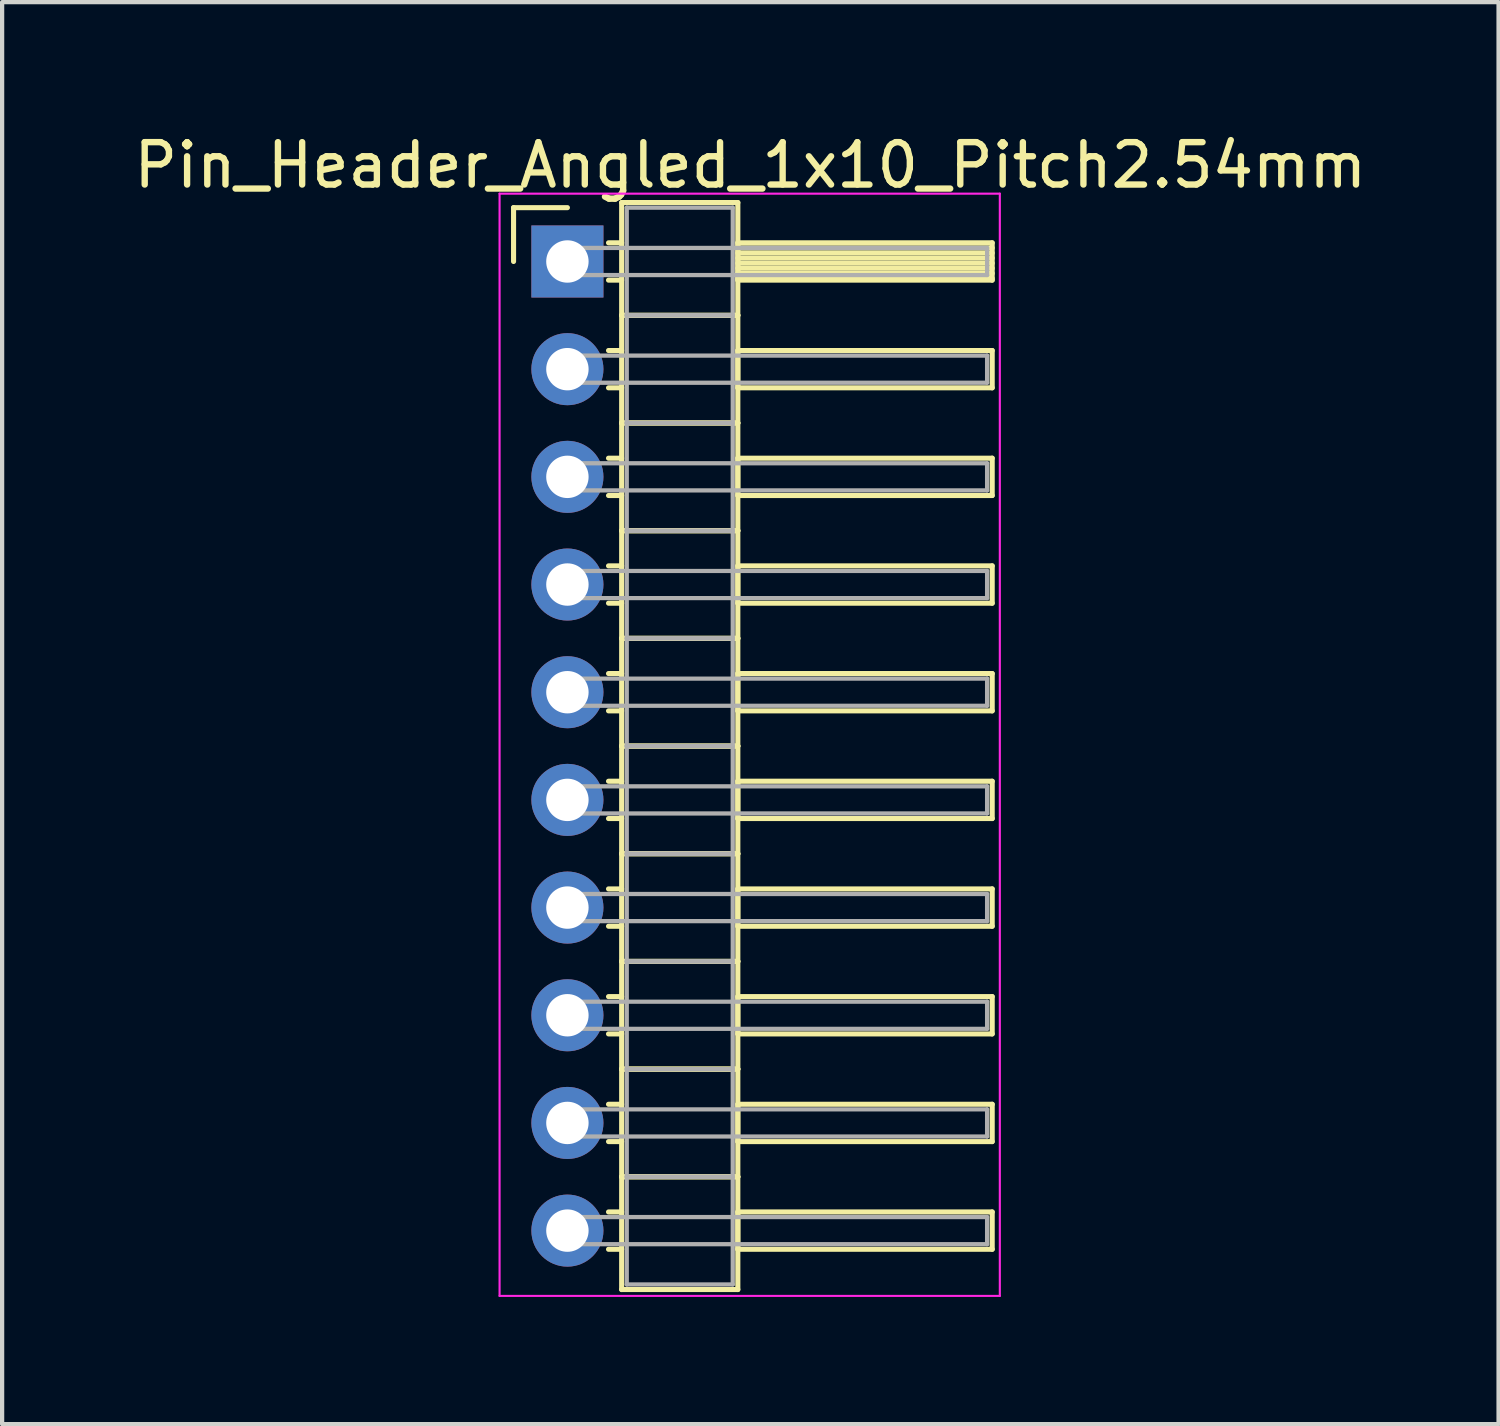
<source format=kicad_pcb>
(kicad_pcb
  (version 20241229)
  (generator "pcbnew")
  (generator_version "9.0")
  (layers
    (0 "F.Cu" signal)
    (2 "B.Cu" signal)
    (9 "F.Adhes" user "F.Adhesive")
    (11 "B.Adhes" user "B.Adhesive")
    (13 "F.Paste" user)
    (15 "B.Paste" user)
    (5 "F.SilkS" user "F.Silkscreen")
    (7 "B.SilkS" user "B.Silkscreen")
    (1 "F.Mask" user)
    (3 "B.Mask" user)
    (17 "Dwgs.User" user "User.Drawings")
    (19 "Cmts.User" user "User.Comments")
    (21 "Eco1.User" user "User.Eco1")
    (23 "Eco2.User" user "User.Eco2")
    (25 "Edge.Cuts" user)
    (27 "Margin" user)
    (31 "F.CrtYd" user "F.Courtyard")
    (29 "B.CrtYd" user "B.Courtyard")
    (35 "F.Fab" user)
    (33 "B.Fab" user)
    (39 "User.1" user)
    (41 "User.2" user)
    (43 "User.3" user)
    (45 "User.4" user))
  (footprint "Pin_Header_Angled_1x10_Pitch2.54mm"
    (layer "F.Cu")
    (at 10.334 3.118)
    (property "Reference" "Pin_Header_Angled_1x10_Pitch2.54mm" (at 4.315 -2.27 0) (layer "F.SilkS") (effects (font (size 1 1) (thickness 0.15))))
    (attr through_hole)
    (fp_line (start -1.27 -1.27) (end 0 -1.27) (stroke (width 0.12) (type solid)) (layer "F.SilkS"))
    (fp_line (start -1.27 0) (end -1.27 -1.27) (stroke (width 0.12) (type solid)) (layer "F.SilkS"))
    (fp_line (start 0.97 -0.44) (end 1.28 -0.44) (stroke (width 0.12) (type solid)) (layer "F.SilkS"))
    (fp_line (start 0.97 0.44) (end 1.28 0.44) (stroke (width 0.12) (type solid)) (layer "F.SilkS"))
    (fp_line (start 0.97 2.1) (end 1.28 2.1) (stroke (width 0.12) (type solid)) (layer "F.SilkS"))
    (fp_line (start 0.97 2.98) (end 1.28 2.98) (stroke (width 0.12) (type solid)) (layer "F.SilkS"))
    (fp_line (start 0.97 4.64) (end 1.28 4.64) (stroke (width 0.12) (type solid)) (layer "F.SilkS"))
    (fp_line (start 0.97 5.52) (end 1.28 5.52) (stroke (width 0.12) (type solid)) (layer "F.SilkS"))
    (fp_line (start 0.97 7.18) (end 1.28 7.18) (stroke (width 0.12) (type solid)) (layer "F.SilkS"))
    (fp_line (start 0.97 8.06) (end 1.28 8.06) (stroke (width 0.12) (type solid)) (layer "F.SilkS"))
    (fp_line (start 0.97 9.72) (end 1.28 9.72) (stroke (width 0.12) (type solid)) (layer "F.SilkS"))
    (fp_line (start 0.97 10.6) (end 1.28 10.6) (stroke (width 0.12) (type solid)) (layer "F.SilkS"))
    (fp_line (start 0.97 12.26) (end 1.28 12.26) (stroke (width 0.12) (type solid)) (layer "F.SilkS"))
    (fp_line (start 0.97 13.14) (end 1.28 13.14) (stroke (width 0.12) (type solid)) (layer "F.SilkS"))
    (fp_line (start 0.97 14.8) (end 1.28 14.8) (stroke (width 0.12) (type solid)) (layer "F.SilkS"))
    (fp_line (start 0.97 15.68) (end 1.28 15.68) (stroke (width 0.12) (type solid)) (layer "F.SilkS"))
    (fp_line (start 0.97 17.34) (end 1.28 17.34) (stroke (width 0.12) (type solid)) (layer "F.SilkS"))
    (fp_line (start 0.97 18.22) (end 1.28 18.22) (stroke (width 0.12) (type solid)) (layer "F.SilkS"))
    (fp_line (start 0.97 19.88) (end 1.28 19.88) (stroke (width 0.12) (type solid)) (layer "F.SilkS"))
    (fp_line (start 0.97 20.76) (end 1.28 20.76) (stroke (width 0.12) (type solid)) (layer "F.SilkS"))
    (fp_line (start 0.97 22.42) (end 1.28 22.42) (stroke (width 0.12) (type solid)) (layer "F.SilkS"))
    (fp_line (start 0.97 23.3) (end 1.28 23.3) (stroke (width 0.12) (type solid)) (layer "F.SilkS"))
    (fp_line (start 1.28 -1.39) (end 1.28 1.27) (stroke (width 0.12) (type solid)) (layer "F.SilkS"))
    (fp_line (start 1.28 1.27) (end 1.28 3.81) (stroke (width 0.12) (type solid)) (layer "F.SilkS"))
    (fp_line (start 1.28 1.27) (end 4.02 1.27) (stroke (width 0.12) (type solid)) (layer "F.SilkS"))
    (fp_line (start 1.28 3.81) (end 1.28 6.35) (stroke (width 0.12) (type solid)) (layer "F.SilkS"))
    (fp_line (start 1.28 3.81) (end 4.02 3.81) (stroke (width 0.12) (type solid)) (layer "F.SilkS"))
    (fp_line (start 1.28 6.35) (end 1.28 8.89) (stroke (width 0.12) (type solid)) (layer "F.SilkS"))
    (fp_line (start 1.28 6.35) (end 4.02 6.35) (stroke (width 0.12) (type solid)) (layer "F.SilkS"))
    (fp_line (start 1.28 8.89) (end 1.28 11.43) (stroke (width 0.12) (type solid)) (layer "F.SilkS"))
    (fp_line (start 1.28 8.89) (end 4.02 8.89) (stroke (width 0.12) (type solid)) (layer "F.SilkS"))
    (fp_line (start 1.28 11.43) (end 1.28 13.97) (stroke (width 0.12) (type solid)) (layer "F.SilkS"))
    (fp_line (start 1.28 11.43) (end 4.02 11.43) (stroke (width 0.12) (type solid)) (layer "F.SilkS"))
    (fp_line (start 1.28 13.97) (end 1.28 16.51) (stroke (width 0.12) (type solid)) (layer "F.SilkS"))
    (fp_line (start 1.28 13.97) (end 4.02 13.97) (stroke (width 0.12) (type solid)) (layer "F.SilkS"))
    (fp_line (start 1.28 16.51) (end 1.28 19.05) (stroke (width 0.12) (type solid)) (layer "F.SilkS"))
    (fp_line (start 1.28 16.51) (end 4.02 16.51) (stroke (width 0.12) (type solid)) (layer "F.SilkS"))
    (fp_line (start 1.28 19.05) (end 1.28 21.59) (stroke (width 0.12) (type solid)) (layer "F.SilkS"))
    (fp_line (start 1.28 19.05) (end 4.02 19.05) (stroke (width 0.12) (type solid)) (layer "F.SilkS"))
    (fp_line (start 1.28 21.59) (end 1.28 24.25) (stroke (width 0.12) (type solid)) (layer "F.SilkS"))
    (fp_line (start 1.28 21.59) (end 4.02 21.59) (stroke (width 0.12) (type solid)) (layer "F.SilkS"))
    (fp_line (start 1.28 24.25) (end 4.02 24.25) (stroke (width 0.12) (type solid)) (layer "F.SilkS"))
    (fp_line (start 4.02 -1.39) (end 1.28 -1.39) (stroke (width 0.12) (type solid)) (layer "F.SilkS"))
    (fp_line (start 4.02 -0.44) (end 4.02 0.44) (stroke (width 0.12) (type solid)) (layer "F.SilkS"))
    (fp_line (start 4.02 -0.32) (end 10.02 -0.32) (stroke (width 0.12) (type solid)) (layer "F.SilkS"))
    (fp_line (start 4.02 -0.2) (end 10.02 -0.2) (stroke (width 0.12) (type solid)) (layer "F.SilkS"))
    (fp_line (start 4.02 -0.08) (end 10.02 -0.08) (stroke (width 0.12) (type solid)) (layer "F.SilkS"))
    (fp_line (start 4.02 0.04) (end 10.02 0.04) (stroke (width 0.12) (type solid)) (layer "F.SilkS"))
    (fp_line (start 4.02 0.16) (end 10.02 0.16) (stroke (width 0.12) (type solid)) (layer "F.SilkS"))
    (fp_line (start 4.02 0.28) (end 10.02 0.28) (stroke (width 0.12) (type solid)) (layer "F.SilkS"))
    (fp_line (start 4.02 0.4) (end 10.02 0.4) (stroke (width 0.12) (type solid)) (layer "F.SilkS"))
    (fp_line (start 4.02 0.44) (end 10.02 0.44) (stroke (width 0.12) (type solid)) (layer "F.SilkS"))
    (fp_line (start 4.02 1.27) (end 1.28 1.27) (stroke (width 0.12) (type solid)) (layer "F.SilkS"))
    (fp_line (start 4.02 1.27) (end 4.02 -1.39) (stroke (width 0.12) (type solid)) (layer "F.SilkS"))
    (fp_line (start 4.02 2.1) (end 4.02 2.98) (stroke (width 0.12) (type solid)) (layer "F.SilkS"))
    (fp_line (start 4.02 2.98) (end 10.02 2.98) (stroke (width 0.12) (type solid)) (layer "F.SilkS"))
    (fp_line (start 4.02 3.81) (end 1.28 3.81) (stroke (width 0.12) (type solid)) (layer "F.SilkS"))
    (fp_line (start 4.02 3.81) (end 4.02 1.27) (stroke (width 0.12) (type solid)) (layer "F.SilkS"))
    (fp_line (start 4.02 4.64) (end 4.02 5.52) (stroke (width 0.12) (type solid)) (layer "F.SilkS"))
    (fp_line (start 4.02 5.52) (end 10.02 5.52) (stroke (width 0.12) (type solid)) (layer "F.SilkS"))
    (fp_line (start 4.02 6.35) (end 1.28 6.35) (stroke (width 0.12) (type solid)) (layer "F.SilkS"))
    (fp_line (start 4.02 6.35) (end 4.02 3.81) (stroke (width 0.12) (type solid)) (layer "F.SilkS"))
    (fp_line (start 4.02 7.18) (end 4.02 8.06) (stroke (width 0.12) (type solid)) (layer "F.SilkS"))
    (fp_line (start 4.02 8.06) (end 10.02 8.06) (stroke (width 0.12) (type solid)) (layer "F.SilkS"))
    (fp_line (start 4.02 8.89) (end 1.28 8.89) (stroke (width 0.12) (type solid)) (layer "F.SilkS"))
    (fp_line (start 4.02 8.89) (end 4.02 6.35) (stroke (width 0.12) (type solid)) (layer "F.SilkS"))
    (fp_line (start 4.02 9.72) (end 4.02 10.6) (stroke (width 0.12) (type solid)) (layer "F.SilkS"))
    (fp_line (start 4.02 10.6) (end 10.02 10.6) (stroke (width 0.12) (type solid)) (layer "F.SilkS"))
    (fp_line (start 4.02 11.43) (end 1.28 11.43) (stroke (width 0.12) (type solid)) (layer "F.SilkS"))
    (fp_line (start 4.02 11.43) (end 4.02 8.89) (stroke (width 0.12) (type solid)) (layer "F.SilkS"))
    (fp_line (start 4.02 12.26) (end 4.02 13.14) (stroke (width 0.12) (type solid)) (layer "F.SilkS"))
    (fp_line (start 4.02 13.14) (end 10.02 13.14) (stroke (width 0.12) (type solid)) (layer "F.SilkS"))
    (fp_line (start 4.02 13.97) (end 1.28 13.97) (stroke (width 0.12) (type solid)) (layer "F.SilkS"))
    (fp_line (start 4.02 13.97) (end 4.02 11.43) (stroke (width 0.12) (type solid)) (layer "F.SilkS"))
    (fp_line (start 4.02 14.8) (end 4.02 15.68) (stroke (width 0.12) (type solid)) (layer "F.SilkS"))
    (fp_line (start 4.02 15.68) (end 10.02 15.68) (stroke (width 0.12) (type solid)) (layer "F.SilkS"))
    (fp_line (start 4.02 16.51) (end 1.28 16.51) (stroke (width 0.12) (type solid)) (layer "F.SilkS"))
    (fp_line (start 4.02 16.51) (end 4.02 13.97) (stroke (width 0.12) (type solid)) (layer "F.SilkS"))
    (fp_line (start 4.02 17.34) (end 4.02 18.22) (stroke (width 0.12) (type solid)) (layer "F.SilkS"))
    (fp_line (start 4.02 18.22) (end 10.02 18.22) (stroke (width 0.12) (type solid)) (layer "F.SilkS"))
    (fp_line (start 4.02 19.05) (end 1.28 19.05) (stroke (width 0.12) (type solid)) (layer "F.SilkS"))
    (fp_line (start 4.02 19.05) (end 4.02 16.51) (stroke (width 0.12) (type solid)) (layer "F.SilkS"))
    (fp_line (start 4.02 19.88) (end 4.02 20.76) (stroke (width 0.12) (type solid)) (layer "F.SilkS"))
    (fp_line (start 4.02 20.76) (end 10.02 20.76) (stroke (width 0.12) (type solid)) (layer "F.SilkS"))
    (fp_line (start 4.02 21.59) (end 1.28 21.59) (stroke (width 0.12) (type solid)) (layer "F.SilkS"))
    (fp_line (start 4.02 21.59) (end 4.02 19.05) (stroke (width 0.12) (type solid)) (layer "F.SilkS"))
    (fp_line (start 4.02 22.42) (end 4.02 23.3) (stroke (width 0.12) (type solid)) (layer "F.SilkS"))
    (fp_line (start 4.02 23.3) (end 10.02 23.3) (stroke (width 0.12) (type solid)) (layer "F.SilkS"))
    (fp_line (start 4.02 24.25) (end 4.02 21.59) (stroke (width 0.12) (type solid)) (layer "F.SilkS"))
    (fp_line (start 10.02 -0.44) (end 4.02 -0.44) (stroke (width 0.12) (type solid)) (layer "F.SilkS"))
    (fp_line (start 10.02 0.44) (end 10.02 -0.44) (stroke (width 0.12) (type solid)) (layer "F.SilkS"))
    (fp_line (start 10.02 2.1) (end 4.02 2.1) (stroke (width 0.12) (type solid)) (layer "F.SilkS"))
    (fp_line (start 10.02 2.98) (end 10.02 2.1) (stroke (width 0.12) (type solid)) (layer "F.SilkS"))
    (fp_line (start 10.02 4.64) (end 4.02 4.64) (stroke (width 0.12) (type solid)) (layer "F.SilkS"))
    (fp_line (start 10.02 5.52) (end 10.02 4.64) (stroke (width 0.12) (type solid)) (layer "F.SilkS"))
    (fp_line (start 10.02 7.18) (end 4.02 7.18) (stroke (width 0.12) (type solid)) (layer "F.SilkS"))
    (fp_line (start 10.02 8.06) (end 10.02 7.18) (stroke (width 0.12) (type solid)) (layer "F.SilkS"))
    (fp_line (start 10.02 9.72) (end 4.02 9.72) (stroke (width 0.12) (type solid)) (layer "F.SilkS"))
    (fp_line (start 10.02 10.6) (end 10.02 9.72) (stroke (width 0.12) (type solid)) (layer "F.SilkS"))
    (fp_line (start 10.02 12.26) (end 4.02 12.26) (stroke (width 0.12) (type solid)) (layer "F.SilkS"))
    (fp_line (start 10.02 13.14) (end 10.02 12.26) (stroke (width 0.12) (type solid)) (layer "F.SilkS"))
    (fp_line (start 10.02 14.8) (end 4.02 14.8) (stroke (width 0.12) (type solid)) (layer "F.SilkS"))
    (fp_line (start 10.02 15.68) (end 10.02 14.8) (stroke (width 0.12) (type solid)) (layer "F.SilkS"))
    (fp_line (start 10.02 17.34) (end 4.02 17.34) (stroke (width 0.12) (type solid)) (layer "F.SilkS"))
    (fp_line (start 10.02 18.22) (end 10.02 17.34) (stroke (width 0.12) (type solid)) (layer "F.SilkS"))
    (fp_line (start 10.02 19.88) (end 4.02 19.88) (stroke (width 0.12) (type solid)) (layer "F.SilkS"))
    (fp_line (start 10.02 20.76) (end 10.02 19.88) (stroke (width 0.12) (type solid)) (layer "F.SilkS"))
    (fp_line (start 10.02 22.42) (end 4.02 22.42) (stroke (width 0.12) (type solid)) (layer "F.SilkS"))
    (fp_line (start 10.02 23.3) (end 10.02 22.42) (stroke (width 0.12) (type solid)) (layer "F.SilkS"))
    (fp_line (start -1.6 -1.6) (end -1.6 24.4) (stroke (width 0.05) (type solid)) (layer "F.CrtYd"))
    (fp_line (start -1.6 24.4) (end 10.2 24.4) (stroke (width 0.05) (type solid)) (layer "F.CrtYd"))
    (fp_line (start 10.2 -1.6) (end -1.6 -1.6) (stroke (width 0.05) (type solid)) (layer "F.CrtYd"))
    (fp_line (start 10.2 24.4) (end 10.2 -1.6) (stroke (width 0.05) (type solid)) (layer "F.CrtYd"))
    (fp_line (start 0 -0.32) (end 0 0.32) (stroke (width 0.1) (type solid)) (layer "F.Fab"))
    (fp_line (start 0 0.32) (end 9.9 0.32) (stroke (width 0.1) (type solid)) (layer "F.Fab"))
    (fp_line (start 0 2.22) (end 0 2.86) (stroke (width 0.1) (type solid)) (layer "F.Fab"))
    (fp_line (start 0 2.86) (end 9.9 2.86) (stroke (width 0.1) (type solid)) (layer "F.Fab"))
    (fp_line (start 0 4.76) (end 0 5.4) (stroke (width 0.1) (type solid)) (layer "F.Fab"))
    (fp_line (start 0 5.4) (end 9.9 5.4) (stroke (width 0.1) (type solid)) (layer "F.Fab"))
    (fp_line (start 0 7.3) (end 0 7.94) (stroke (width 0.1) (type solid)) (layer "F.Fab"))
    (fp_line (start 0 7.94) (end 9.9 7.94) (stroke (width 0.1) (type solid)) (layer "F.Fab"))
    (fp_line (start 0 9.84) (end 0 10.48) (stroke (width 0.1) (type solid)) (layer "F.Fab"))
    (fp_line (start 0 10.48) (end 9.9 10.48) (stroke (width 0.1) (type solid)) (layer "F.Fab"))
    (fp_line (start 0 12.38) (end 0 13.02) (stroke (width 0.1) (type solid)) (layer "F.Fab"))
    (fp_line (start 0 13.02) (end 9.9 13.02) (stroke (width 0.1) (type solid)) (layer "F.Fab"))
    (fp_line (start 0 14.92) (end 0 15.56) (stroke (width 0.1) (type solid)) (layer "F.Fab"))
    (fp_line (start 0 15.56) (end 9.9 15.56) (stroke (width 0.1) (type solid)) (layer "F.Fab"))
    (fp_line (start 0 17.46) (end 0 18.1) (stroke (width 0.1) (type solid)) (layer "F.Fab"))
    (fp_line (start 0 18.1) (end 9.9 18.1) (stroke (width 0.1) (type solid)) (layer "F.Fab"))
    (fp_line (start 0 20) (end 0 20.64) (stroke (width 0.1) (type solid)) (layer "F.Fab"))
    (fp_line (start 0 20.64) (end 9.9 20.64) (stroke (width 0.1) (type solid)) (layer "F.Fab"))
    (fp_line (start 0 22.54) (end 0 23.18) (stroke (width 0.1) (type solid)) (layer "F.Fab"))
    (fp_line (start 0 23.18) (end 9.9 23.18) (stroke (width 0.1) (type solid)) (layer "F.Fab"))
    (fp_line (start 1.4 -1.27) (end 1.4 1.27) (stroke (width 0.1) (type solid)) (layer "F.Fab"))
    (fp_line (start 1.4 1.27) (end 1.4 3.81) (stroke (width 0.1) (type solid)) (layer "F.Fab"))
    (fp_line (start 1.4 1.27) (end 3.9 1.27) (stroke (width 0.1) (type solid)) (layer "F.Fab"))
    (fp_line (start 1.4 3.81) (end 1.4 6.35) (stroke (width 0.1) (type solid)) (layer "F.Fab"))
    (fp_line (start 1.4 3.81) (end 3.9 3.81) (stroke (width 0.1) (type solid)) (layer "F.Fab"))
    (fp_line (start 1.4 6.35) (end 1.4 8.89) (stroke (width 0.1) (type solid)) (layer "F.Fab"))
    (fp_line (start 1.4 6.35) (end 3.9 6.35) (stroke (width 0.1) (type solid)) (layer "F.Fab"))
    (fp_line (start 1.4 8.89) (end 1.4 11.43) (stroke (width 0.1) (type solid)) (layer "F.Fab"))
    (fp_line (start 1.4 8.89) (end 3.9 8.89) (stroke (width 0.1) (type solid)) (layer "F.Fab"))
    (fp_line (start 1.4 11.43) (end 1.4 13.97) (stroke (width 0.1) (type solid)) (layer "F.Fab"))
    (fp_line (start 1.4 11.43) (end 3.9 11.43) (stroke (width 0.1) (type solid)) (layer "F.Fab"))
    (fp_line (start 1.4 13.97) (end 1.4 16.51) (stroke (width 0.1) (type solid)) (layer "F.Fab"))
    (fp_line (start 1.4 13.97) (end 3.9 13.97) (stroke (width 0.1) (type solid)) (layer "F.Fab"))
    (fp_line (start 1.4 16.51) (end 1.4 19.05) (stroke (width 0.1) (type solid)) (layer "F.Fab"))
    (fp_line (start 1.4 16.51) (end 3.9 16.51) (stroke (width 0.1) (type solid)) (layer "F.Fab"))
    (fp_line (start 1.4 19.05) (end 1.4 21.59) (stroke (width 0.1) (type solid)) (layer "F.Fab"))
    (fp_line (start 1.4 19.05) (end 3.9 19.05) (stroke (width 0.1) (type solid)) (layer "F.Fab"))
    (fp_line (start 1.4 21.59) (end 1.4 24.13) (stroke (width 0.1) (type solid)) (layer "F.Fab"))
    (fp_line (start 1.4 21.59) (end 3.9 21.59) (stroke (width 0.1) (type solid)) (layer "F.Fab"))
    (fp_line (start 1.4 24.13) (end 3.9 24.13) (stroke (width 0.1) (type solid)) (layer "F.Fab"))
    (fp_line (start 3.9 -1.27) (end 1.4 -1.27) (stroke (width 0.1) (type solid)) (layer "F.Fab"))
    (fp_line (start 3.9 1.27) (end 1.4 1.27) (stroke (width 0.1) (type solid)) (layer "F.Fab"))
    (fp_line (start 3.9 1.27) (end 3.9 -1.27) (stroke (width 0.1) (type solid)) (layer "F.Fab"))
    (fp_line (start 3.9 3.81) (end 1.4 3.81) (stroke (width 0.1) (type solid)) (layer "F.Fab"))
    (fp_line (start 3.9 3.81) (end 3.9 1.27) (stroke (width 0.1) (type solid)) (layer "F.Fab"))
    (fp_line (start 3.9 6.35) (end 1.4 6.35) (stroke (width 0.1) (type solid)) (layer "F.Fab"))
    (fp_line (start 3.9 6.35) (end 3.9 3.81) (stroke (width 0.1) (type solid)) (layer "F.Fab"))
    (fp_line (start 3.9 8.89) (end 1.4 8.89) (stroke (width 0.1) (type solid)) (layer "F.Fab"))
    (fp_line (start 3.9 8.89) (end 3.9 6.35) (stroke (width 0.1) (type solid)) (layer "F.Fab"))
    (fp_line (start 3.9 11.43) (end 1.4 11.43) (stroke (width 0.1) (type solid)) (layer "F.Fab"))
    (fp_line (start 3.9 11.43) (end 3.9 8.89) (stroke (width 0.1) (type solid)) (layer "F.Fab"))
    (fp_line (start 3.9 13.97) (end 1.4 13.97) (stroke (width 0.1) (type solid)) (layer "F.Fab"))
    (fp_line (start 3.9 13.97) (end 3.9 11.43) (stroke (width 0.1) (type solid)) (layer "F.Fab"))
    (fp_line (start 3.9 16.51) (end 1.4 16.51) (stroke (width 0.1) (type solid)) (layer "F.Fab"))
    (fp_line (start 3.9 16.51) (end 3.9 13.97) (stroke (width 0.1) (type solid)) (layer "F.Fab"))
    (fp_line (start 3.9 19.05) (end 1.4 19.05) (stroke (width 0.1) (type solid)) (layer "F.Fab"))
    (fp_line (start 3.9 19.05) (end 3.9 16.51) (stroke (width 0.1) (type solid)) (layer "F.Fab"))
    (fp_line (start 3.9 21.59) (end 1.4 21.59) (stroke (width 0.1) (type solid)) (layer "F.Fab"))
    (fp_line (start 3.9 21.59) (end 3.9 19.05) (stroke (width 0.1) (type solid)) (layer "F.Fab"))
    (fp_line (start 3.9 24.13) (end 3.9 21.59) (stroke (width 0.1) (type solid)) (layer "F.Fab"))
    (fp_line (start 9.9 -0.32) (end 0 -0.32) (stroke (width 0.1) (type solid)) (layer "F.Fab"))
    (fp_line (start 9.9 0.32) (end 9.9 -0.32) (stroke (width 0.1) (type solid)) (layer "F.Fab"))
    (fp_line (start 9.9 2.22) (end 0 2.22) (stroke (width 0.1) (type solid)) (layer "F.Fab"))
    (fp_line (start 9.9 2.86) (end 9.9 2.22) (stroke (width 0.1) (type solid)) (layer "F.Fab"))
    (fp_line (start 9.9 4.76) (end 0 4.76) (stroke (width 0.1) (type solid)) (layer "F.Fab"))
    (fp_line (start 9.9 5.4) (end 9.9 4.76) (stroke (width 0.1) (type solid)) (layer "F.Fab"))
    (fp_line (start 9.9 7.3) (end 0 7.3) (stroke (width 0.1) (type solid)) (layer "F.Fab"))
    (fp_line (start 9.9 7.94) (end 9.9 7.3) (stroke (width 0.1) (type solid)) (layer "F.Fab"))
    (fp_line (start 9.9 9.84) (end 0 9.84) (stroke (width 0.1) (type solid)) (layer "F.Fab"))
    (fp_line (start 9.9 10.48) (end 9.9 9.84) (stroke (width 0.1) (type solid)) (layer "F.Fab"))
    (fp_line (start 9.9 12.38) (end 0 12.38) (stroke (width 0.1) (type solid)) (layer "F.Fab"))
    (fp_line (start 9.9 13.02) (end 9.9 12.38) (stroke (width 0.1) (type solid)) (layer "F.Fab"))
    (fp_line (start 9.9 14.92) (end 0 14.92) (stroke (width 0.1) (type solid)) (layer "F.Fab"))
    (fp_line (start 9.9 15.56) (end 9.9 14.92) (stroke (width 0.1) (type solid)) (layer "F.Fab"))
    (fp_line (start 9.9 17.46) (end 0 17.46) (stroke (width 0.1) (type solid)) (layer "F.Fab"))
    (fp_line (start 9.9 18.1) (end 9.9 17.46) (stroke (width 0.1) (type solid)) (layer "F.Fab"))
    (fp_line (start 9.9 20) (end 0 20) (stroke (width 0.1) (type solid)) (layer "F.Fab"))
    (fp_line (start 9.9 20.64) (end 9.9 20) (stroke (width 0.1) (type solid)) (layer "F.Fab"))
    (fp_line (start 9.9 22.54) (end 0 22.54) (stroke (width 0.1) (type solid)) (layer "F.Fab"))
    (fp_line (start 9.9 23.18) (end 9.9 22.54) (stroke (width 0.1) (type solid)) (layer "F.Fab"))
    (pad "1" thru_hole rect (at 0 0) (size 1.7 1.7) (drill 1) (layers "*.Cu" "*.Mask"))
    (pad "2" thru_hole oval (at 0 2.54) (size 1.7 1.7) (drill 1) (layers "*.Cu" "*.Mask"))
    (pad "3" thru_hole oval (at 0 5.08) (size 1.7 1.7) (drill 1) (layers "*.Cu" "*.Mask"))
    (pad "4" thru_hole oval (at 0 7.62) (size 1.7 1.7) (drill 1) (layers "*.Cu" "*.Mask"))
    (pad "5" thru_hole oval (at 0 10.16) (size 1.7 1.7) (drill 1) (layers "*.Cu" "*.Mask"))
    (pad "6" thru_hole oval (at 0 12.7) (size 1.7 1.7) (drill 1) (layers "*.Cu" "*.Mask"))
    (pad "7" thru_hole oval (at 0 15.24) (size 1.7 1.7) (drill 1) (layers "*.Cu" "*.Mask"))
    (pad "8" thru_hole oval (at 0 17.78) (size 1.7 1.7) (drill 1) (layers "*.Cu" "*.Mask"))
    (pad "9" thru_hole oval (at 0 20.32) (size 1.7 1.7) (drill 1) (layers "*.Cu" "*.Mask"))
    (pad "10" thru_hole oval (at 0 22.86) (size 1.7 1.7) (drill 1) (layers "*.Cu" "*.Mask")))
  (gr_rect
    (start -3 -3)
    (end 32.298 30.543)
    (stroke (width 0.1) (type default))
    (fill no)
    (layer "Edge.Cuts")))
</source>
